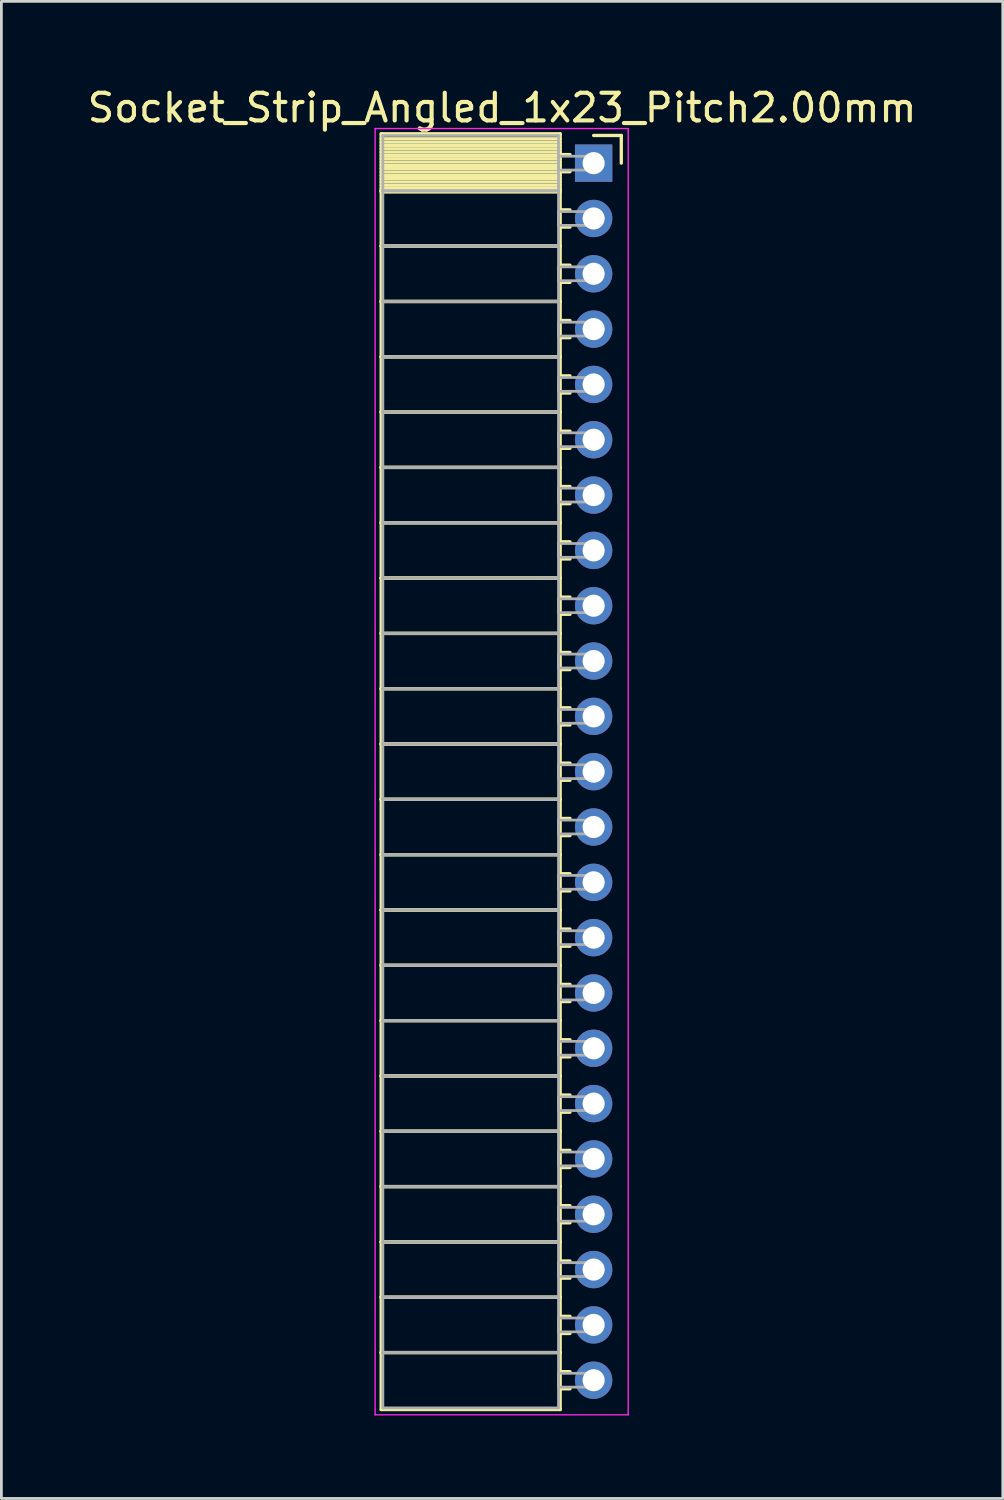
<source format=kicad_pcb>
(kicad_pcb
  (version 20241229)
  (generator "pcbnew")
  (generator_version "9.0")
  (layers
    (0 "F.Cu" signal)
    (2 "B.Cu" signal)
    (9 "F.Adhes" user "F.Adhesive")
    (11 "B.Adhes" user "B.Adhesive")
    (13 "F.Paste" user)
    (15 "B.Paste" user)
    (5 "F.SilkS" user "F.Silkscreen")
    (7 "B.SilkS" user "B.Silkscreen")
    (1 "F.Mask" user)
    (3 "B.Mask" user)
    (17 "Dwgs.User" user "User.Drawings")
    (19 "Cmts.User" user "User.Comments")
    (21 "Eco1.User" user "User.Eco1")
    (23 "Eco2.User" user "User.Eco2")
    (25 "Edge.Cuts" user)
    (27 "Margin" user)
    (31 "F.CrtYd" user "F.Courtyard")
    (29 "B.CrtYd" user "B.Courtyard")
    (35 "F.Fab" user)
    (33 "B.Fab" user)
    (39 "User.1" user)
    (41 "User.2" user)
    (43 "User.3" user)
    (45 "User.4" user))
  (footprint "Socket_Strip_Angled_1x23_Pitch2.00mm"
    (layer "F.Cu")
    (at 18.411 2.848)
    (property "Reference" "Socket_Strip_Angled_1x23_Pitch2.00mm" (at -3.31 -2 0) (layer "F.SilkS") (effects (font (size 1 1) (thickness 0.15))))
    (attr through_hole)
    (fp_line (start -7.68 -1.06) (end -1.21 -1.06) (stroke (width 0.12) (type solid)) (layer "F.SilkS"))
    (fp_line (start -7.68 1) (end -7.68 -1.06) (stroke (width 0.12) (type solid)) (layer "F.SilkS"))
    (fp_line (start -7.68 1) (end -1.21 1) (stroke (width 0.12) (type solid)) (layer "F.SilkS"))
    (fp_line (start -7.68 3) (end -7.68 1) (stroke (width 0.12) (type solid)) (layer "F.SilkS"))
    (fp_line (start -7.68 3) (end -1.21 3) (stroke (width 0.12) (type solid)) (layer "F.SilkS"))
    (fp_line (start -7.68 5) (end -7.68 3) (stroke (width 0.12) (type solid)) (layer "F.SilkS"))
    (fp_line (start -7.68 5) (end -1.21 5) (stroke (width 0.12) (type solid)) (layer "F.SilkS"))
    (fp_line (start -7.68 7) (end -7.68 5) (stroke (width 0.12) (type solid)) (layer "F.SilkS"))
    (fp_line (start -7.68 7) (end -1.21 7) (stroke (width 0.12) (type solid)) (layer "F.SilkS"))
    (fp_line (start -7.68 9) (end -7.68 7) (stroke (width 0.12) (type solid)) (layer "F.SilkS"))
    (fp_line (start -7.68 9) (end -1.21 9) (stroke (width 0.12) (type solid)) (layer "F.SilkS"))
    (fp_line (start -7.68 11) (end -7.68 9) (stroke (width 0.12) (type solid)) (layer "F.SilkS"))
    (fp_line (start -7.68 11) (end -1.21 11) (stroke (width 0.12) (type solid)) (layer "F.SilkS"))
    (fp_line (start -7.68 13) (end -7.68 11) (stroke (width 0.12) (type solid)) (layer "F.SilkS"))
    (fp_line (start -7.68 13) (end -1.21 13) (stroke (width 0.12) (type solid)) (layer "F.SilkS"))
    (fp_line (start -7.68 15) (end -7.68 13) (stroke (width 0.12) (type solid)) (layer "F.SilkS"))
    (fp_line (start -7.68 15) (end -1.21 15) (stroke (width 0.12) (type solid)) (layer "F.SilkS"))
    (fp_line (start -7.68 17) (end -7.68 15) (stroke (width 0.12) (type solid)) (layer "F.SilkS"))
    (fp_line (start -7.68 17) (end -1.21 17) (stroke (width 0.12) (type solid)) (layer "F.SilkS"))
    (fp_line (start -7.68 19) (end -7.68 17) (stroke (width 0.12) (type solid)) (layer "F.SilkS"))
    (fp_line (start -7.68 19) (end -1.21 19) (stroke (width 0.12) (type solid)) (layer "F.SilkS"))
    (fp_line (start -7.68 21) (end -7.68 19) (stroke (width 0.12) (type solid)) (layer "F.SilkS"))
    (fp_line (start -7.68 21) (end -1.21 21) (stroke (width 0.12) (type solid)) (layer "F.SilkS"))
    (fp_line (start -7.68 23) (end -7.68 21) (stroke (width 0.12) (type solid)) (layer "F.SilkS"))
    (fp_line (start -7.68 23) (end -1.21 23) (stroke (width 0.12) (type solid)) (layer "F.SilkS"))
    (fp_line (start -7.68 25) (end -7.68 23) (stroke (width 0.12) (type solid)) (layer "F.SilkS"))
    (fp_line (start -7.68 25) (end -1.21 25) (stroke (width 0.12) (type solid)) (layer "F.SilkS"))
    (fp_line (start -7.68 27) (end -7.68 25) (stroke (width 0.12) (type solid)) (layer "F.SilkS"))
    (fp_line (start -7.68 27) (end -1.21 27) (stroke (width 0.12) (type solid)) (layer "F.SilkS"))
    (fp_line (start -7.68 29) (end -7.68 27) (stroke (width 0.12) (type solid)) (layer "F.SilkS"))
    (fp_line (start -7.68 29) (end -1.21 29) (stroke (width 0.12) (type solid)) (layer "F.SilkS"))
    (fp_line (start -7.68 31) (end -7.68 29) (stroke (width 0.12) (type solid)) (layer "F.SilkS"))
    (fp_line (start -7.68 31) (end -1.21 31) (stroke (width 0.12) (type solid)) (layer "F.SilkS"))
    (fp_line (start -7.68 33) (end -7.68 31) (stroke (width 0.12) (type solid)) (layer "F.SilkS"))
    (fp_line (start -7.68 33) (end -1.21 33) (stroke (width 0.12) (type solid)) (layer "F.SilkS"))
    (fp_line (start -7.68 35) (end -7.68 33) (stroke (width 0.12) (type solid)) (layer "F.SilkS"))
    (fp_line (start -7.68 35) (end -1.21 35) (stroke (width 0.12) (type solid)) (layer "F.SilkS"))
    (fp_line (start -7.68 37) (end -7.68 35) (stroke (width 0.12) (type solid)) (layer "F.SilkS"))
    (fp_line (start -7.68 37) (end -1.21 37) (stroke (width 0.12) (type solid)) (layer "F.SilkS"))
    (fp_line (start -7.68 39) (end -7.68 37) (stroke (width 0.12) (type solid)) (layer "F.SilkS"))
    (fp_line (start -7.68 39) (end -1.21 39) (stroke (width 0.12) (type solid)) (layer "F.SilkS"))
    (fp_line (start -7.68 41) (end -7.68 39) (stroke (width 0.12) (type solid)) (layer "F.SilkS"))
    (fp_line (start -7.68 41) (end -1.21 41) (stroke (width 0.12) (type solid)) (layer "F.SilkS"))
    (fp_line (start -7.68 43) (end -7.68 41) (stroke (width 0.12) (type solid)) (layer "F.SilkS"))
    (fp_line (start -7.68 43) (end -1.21 43) (stroke (width 0.12) (type solid)) (layer "F.SilkS"))
    (fp_line (start -7.68 45.06) (end -7.68 43) (stroke (width 0.12) (type solid)) (layer "F.SilkS"))
    (fp_line (start -1.21 -1.06) (end -1.21 1) (stroke (width 0.12) (type solid)) (layer "F.SilkS"))
    (fp_line (start -1.21 -0.88) (end -7.68 -0.88) (stroke (width 0.12) (type solid)) (layer "F.SilkS"))
    (fp_line (start -1.21 -0.76) (end -7.68 -0.76) (stroke (width 0.12) (type solid)) (layer "F.SilkS"))
    (fp_line (start -1.21 -0.64) (end -7.68 -0.64) (stroke (width 0.12) (type solid)) (layer "F.SilkS"))
    (fp_line (start -1.21 -0.52) (end -7.68 -0.52) (stroke (width 0.12) (type solid)) (layer "F.SilkS"))
    (fp_line (start -1.21 -0.4) (end -7.68 -0.4) (stroke (width 0.12) (type solid)) (layer "F.SilkS"))
    (fp_line (start -1.21 -0.28) (end -7.68 -0.28) (stroke (width 0.12) (type solid)) (layer "F.SilkS"))
    (fp_line (start -1.21 -0.16) (end -7.68 -0.16) (stroke (width 0.12) (type solid)) (layer "F.SilkS"))
    (fp_line (start -1.21 -0.04) (end -7.68 -0.04) (stroke (width 0.12) (type solid)) (layer "F.SilkS"))
    (fp_line (start -1.21 0.08) (end -7.68 0.08) (stroke (width 0.12) (type solid)) (layer "F.SilkS"))
    (fp_line (start -1.21 0.2) (end -7.68 0.2) (stroke (width 0.12) (type solid)) (layer "F.SilkS"))
    (fp_line (start -1.21 0.32) (end -7.68 0.32) (stroke (width 0.12) (type solid)) (layer "F.SilkS"))
    (fp_line (start -1.21 0.44) (end -7.68 0.44) (stroke (width 0.12) (type solid)) (layer "F.SilkS"))
    (fp_line (start -1.21 0.56) (end -7.68 0.56) (stroke (width 0.12) (type solid)) (layer "F.SilkS"))
    (fp_line (start -1.21 0.68) (end -7.68 0.68) (stroke (width 0.12) (type solid)) (layer "F.SilkS"))
    (fp_line (start -1.21 0.8) (end -7.68 0.8) (stroke (width 0.12) (type solid)) (layer "F.SilkS"))
    (fp_line (start -1.21 0.92) (end -7.68 0.92) (stroke (width 0.12) (type solid)) (layer "F.SilkS"))
    (fp_line (start -1.21 1) (end -7.68 1) (stroke (width 0.12) (type solid)) (layer "F.SilkS"))
    (fp_line (start -1.21 1) (end -1.21 3) (stroke (width 0.12) (type solid)) (layer "F.SilkS"))
    (fp_line (start -1.21 1.04) (end -7.68 1.04) (stroke (width 0.12) (type solid)) (layer "F.SilkS"))
    (fp_line (start -1.21 3) (end -7.68 3) (stroke (width 0.12) (type solid)) (layer "F.SilkS"))
    (fp_line (start -1.21 3) (end -1.21 5) (stroke (width 0.12) (type solid)) (layer "F.SilkS"))
    (fp_line (start -1.21 5) (end -7.68 5) (stroke (width 0.12) (type solid)) (layer "F.SilkS"))
    (fp_line (start -1.21 5) (end -1.21 7) (stroke (width 0.12) (type solid)) (layer "F.SilkS"))
    (fp_line (start -1.21 7) (end -7.68 7) (stroke (width 0.12) (type solid)) (layer "F.SilkS"))
    (fp_line (start -1.21 7) (end -1.21 9) (stroke (width 0.12) (type solid)) (layer "F.SilkS"))
    (fp_line (start -1.21 9) (end -7.68 9) (stroke (width 0.12) (type solid)) (layer "F.SilkS"))
    (fp_line (start -1.21 9) (end -1.21 11) (stroke (width 0.12) (type solid)) (layer "F.SilkS"))
    (fp_line (start -1.21 11) (end -7.68 11) (stroke (width 0.12) (type solid)) (layer "F.SilkS"))
    (fp_line (start -1.21 11) (end -1.21 13) (stroke (width 0.12) (type solid)) (layer "F.SilkS"))
    (fp_line (start -1.21 13) (end -7.68 13) (stroke (width 0.12) (type solid)) (layer "F.SilkS"))
    (fp_line (start -1.21 13) (end -1.21 15) (stroke (width 0.12) (type solid)) (layer "F.SilkS"))
    (fp_line (start -1.21 15) (end -7.68 15) (stroke (width 0.12) (type solid)) (layer "F.SilkS"))
    (fp_line (start -1.21 15) (end -1.21 17) (stroke (width 0.12) (type solid)) (layer "F.SilkS"))
    (fp_line (start -1.21 17) (end -7.68 17) (stroke (width 0.12) (type solid)) (layer "F.SilkS"))
    (fp_line (start -1.21 17) (end -1.21 19) (stroke (width 0.12) (type solid)) (layer "F.SilkS"))
    (fp_line (start -1.21 19) (end -7.68 19) (stroke (width 0.12) (type solid)) (layer "F.SilkS"))
    (fp_line (start -1.21 19) (end -1.21 21) (stroke (width 0.12) (type solid)) (layer "F.SilkS"))
    (fp_line (start -1.21 21) (end -7.68 21) (stroke (width 0.12) (type solid)) (layer "F.SilkS"))
    (fp_line (start -1.21 21) (end -1.21 23) (stroke (width 0.12) (type solid)) (layer "F.SilkS"))
    (fp_line (start -1.21 23) (end -7.68 23) (stroke (width 0.12) (type solid)) (layer "F.SilkS"))
    (fp_line (start -1.21 23) (end -1.21 25) (stroke (width 0.12) (type solid)) (layer "F.SilkS"))
    (fp_line (start -1.21 25) (end -7.68 25) (stroke (width 0.12) (type solid)) (layer "F.SilkS"))
    (fp_line (start -1.21 25) (end -1.21 27) (stroke (width 0.12) (type solid)) (layer "F.SilkS"))
    (fp_line (start -1.21 27) (end -7.68 27) (stroke (width 0.12) (type solid)) (layer "F.SilkS"))
    (fp_line (start -1.21 27) (end -1.21 29) (stroke (width 0.12) (type solid)) (layer "F.SilkS"))
    (fp_line (start -1.21 29) (end -7.68 29) (stroke (width 0.12) (type solid)) (layer "F.SilkS"))
    (fp_line (start -1.21 29) (end -1.21 31) (stroke (width 0.12) (type solid)) (layer "F.SilkS"))
    (fp_line (start -1.21 31) (end -7.68 31) (stroke (width 0.12) (type solid)) (layer "F.SilkS"))
    (fp_line (start -1.21 31) (end -1.21 33) (stroke (width 0.12) (type solid)) (layer "F.SilkS"))
    (fp_line (start -1.21 33) (end -7.68 33) (stroke (width 0.12) (type solid)) (layer "F.SilkS"))
    (fp_line (start -1.21 33) (end -1.21 35) (stroke (width 0.12) (type solid)) (layer "F.SilkS"))
    (fp_line (start -1.21 35) (end -7.68 35) (stroke (width 0.12) (type solid)) (layer "F.SilkS"))
    (fp_line (start -1.21 35) (end -1.21 37) (stroke (width 0.12) (type solid)) (layer "F.SilkS"))
    (fp_line (start -1.21 37) (end -7.68 37) (stroke (width 0.12) (type solid)) (layer "F.SilkS"))
    (fp_line (start -1.21 37) (end -1.21 39) (stroke (width 0.12) (type solid)) (layer "F.SilkS"))
    (fp_line (start -1.21 39) (end -7.68 39) (stroke (width 0.12) (type solid)) (layer "F.SilkS"))
    (fp_line (start -1.21 39) (end -1.21 41) (stroke (width 0.12) (type solid)) (layer "F.SilkS"))
    (fp_line (start -1.21 41) (end -7.68 41) (stroke (width 0.12) (type solid)) (layer "F.SilkS"))
    (fp_line (start -1.21 41) (end -1.21 43) (stroke (width 0.12) (type solid)) (layer "F.SilkS"))
    (fp_line (start -1.21 43) (end -7.68 43) (stroke (width 0.12) (type solid)) (layer "F.SilkS"))
    (fp_line (start -1.21 43) (end -1.21 45.06) (stroke (width 0.12) (type solid)) (layer "F.SilkS"))
    (fp_line (start -1.21 45.06) (end -7.68 45.06) (stroke (width 0.12) (type solid)) (layer "F.SilkS"))
    (fp_line (start -0.855 -0.31) (end -1.21 -0.31) (stroke (width 0.12) (type solid)) (layer "F.SilkS"))
    (fp_line (start -0.855 0.31) (end -1.21 0.31) (stroke (width 0.12) (type solid)) (layer "F.SilkS"))
    (fp_line (start -0.855 1.69) (end -1.21 1.69) (stroke (width 0.12) (type solid)) (layer "F.SilkS"))
    (fp_line (start -0.855 2.31) (end -1.21 2.31) (stroke (width 0.12) (type solid)) (layer "F.SilkS"))
    (fp_line (start -0.855 3.69) (end -1.21 3.69) (stroke (width 0.12) (type solid)) (layer "F.SilkS"))
    (fp_line (start -0.855 4.31) (end -1.21 4.31) (stroke (width 0.12) (type solid)) (layer "F.SilkS"))
    (fp_line (start -0.855 5.69) (end -1.21 5.69) (stroke (width 0.12) (type solid)) (layer "F.SilkS"))
    (fp_line (start -0.855 6.31) (end -1.21 6.31) (stroke (width 0.12) (type solid)) (layer "F.SilkS"))
    (fp_line (start -0.855 7.69) (end -1.21 7.69) (stroke (width 0.12) (type solid)) (layer "F.SilkS"))
    (fp_line (start -0.855 8.31) (end -1.21 8.31) (stroke (width 0.12) (type solid)) (layer "F.SilkS"))
    (fp_line (start -0.855 9.69) (end -1.21 9.69) (stroke (width 0.12) (type solid)) (layer "F.SilkS"))
    (fp_line (start -0.855 10.31) (end -1.21 10.31) (stroke (width 0.12) (type solid)) (layer "F.SilkS"))
    (fp_line (start -0.855 11.69) (end -1.21 11.69) (stroke (width 0.12) (type solid)) (layer "F.SilkS"))
    (fp_line (start -0.855 12.31) (end -1.21 12.31) (stroke (width 0.12) (type solid)) (layer "F.SilkS"))
    (fp_line (start -0.855 13.69) (end -1.21 13.69) (stroke (width 0.12) (type solid)) (layer "F.SilkS"))
    (fp_line (start -0.855 14.31) (end -1.21 14.31) (stroke (width 0.12) (type solid)) (layer "F.SilkS"))
    (fp_line (start -0.855 15.69) (end -1.21 15.69) (stroke (width 0.12) (type solid)) (layer "F.SilkS"))
    (fp_line (start -0.855 16.31) (end -1.21 16.31) (stroke (width 0.12) (type solid)) (layer "F.SilkS"))
    (fp_line (start -0.855 17.69) (end -1.21 17.69) (stroke (width 0.12) (type solid)) (layer "F.SilkS"))
    (fp_line (start -0.855 18.31) (end -1.21 18.31) (stroke (width 0.12) (type solid)) (layer "F.SilkS"))
    (fp_line (start -0.855 19.69) (end -1.21 19.69) (stroke (width 0.12) (type solid)) (layer "F.SilkS"))
    (fp_line (start -0.855 20.31) (end -1.21 20.31) (stroke (width 0.12) (type solid)) (layer "F.SilkS"))
    (fp_line (start -0.855 21.69) (end -1.21 21.69) (stroke (width 0.12) (type solid)) (layer "F.SilkS"))
    (fp_line (start -0.855 22.31) (end -1.21 22.31) (stroke (width 0.12) (type solid)) (layer "F.SilkS"))
    (fp_line (start -0.855 23.69) (end -1.21 23.69) (stroke (width 0.12) (type solid)) (layer "F.SilkS"))
    (fp_line (start -0.855 24.31) (end -1.21 24.31) (stroke (width 0.12) (type solid)) (layer "F.SilkS"))
    (fp_line (start -0.855 25.69) (end -1.21 25.69) (stroke (width 0.12) (type solid)) (layer "F.SilkS"))
    (fp_line (start -0.855 26.31) (end -1.21 26.31) (stroke (width 0.12) (type solid)) (layer "F.SilkS"))
    (fp_line (start -0.855 27.69) (end -1.21 27.69) (stroke (width 0.12) (type solid)) (layer "F.SilkS"))
    (fp_line (start -0.855 28.31) (end -1.21 28.31) (stroke (width 0.12) (type solid)) (layer "F.SilkS"))
    (fp_line (start -0.855 29.69) (end -1.21 29.69) (stroke (width 0.12) (type solid)) (layer "F.SilkS"))
    (fp_line (start -0.855 30.31) (end -1.21 30.31) (stroke (width 0.12) (type solid)) (layer "F.SilkS"))
    (fp_line (start -0.855 31.69) (end -1.21 31.69) (stroke (width 0.12) (type solid)) (layer "F.SilkS"))
    (fp_line (start -0.855 32.31) (end -1.21 32.31) (stroke (width 0.12) (type solid)) (layer "F.SilkS"))
    (fp_line (start -0.855 33.69) (end -1.21 33.69) (stroke (width 0.12) (type solid)) (layer "F.SilkS"))
    (fp_line (start -0.855 34.31) (end -1.21 34.31) (stroke (width 0.12) (type solid)) (layer "F.SilkS"))
    (fp_line (start -0.855 35.69) (end -1.21 35.69) (stroke (width 0.12) (type solid)) (layer "F.SilkS"))
    (fp_line (start -0.855 36.31) (end -1.21 36.31) (stroke (width 0.12) (type solid)) (layer "F.SilkS"))
    (fp_line (start -0.855 37.69) (end -1.21 37.69) (stroke (width 0.12) (type solid)) (layer "F.SilkS"))
    (fp_line (start -0.855 38.31) (end -1.21 38.31) (stroke (width 0.12) (type solid)) (layer "F.SilkS"))
    (fp_line (start -0.855 39.69) (end -1.21 39.69) (stroke (width 0.12) (type solid)) (layer "F.SilkS"))
    (fp_line (start -0.855 40.31) (end -1.21 40.31) (stroke (width 0.12) (type solid)) (layer "F.SilkS"))
    (fp_line (start -0.855 41.69) (end -1.21 41.69) (stroke (width 0.12) (type solid)) (layer "F.SilkS"))
    (fp_line (start -0.855 42.31) (end -1.21 42.31) (stroke (width 0.12) (type solid)) (layer "F.SilkS"))
    (fp_line (start -0.855 43.69) (end -1.21 43.69) (stroke (width 0.12) (type solid)) (layer "F.SilkS"))
    (fp_line (start -0.855 44.31) (end -1.21 44.31) (stroke (width 0.12) (type solid)) (layer "F.SilkS"))
    (fp_line (start 0 -1) (end 1 -1) (stroke (width 0.12) (type solid)) (layer "F.SilkS"))
    (fp_line (start 1 -1) (end 1 0) (stroke (width 0.12) (type solid)) (layer "F.SilkS"))
    (fp_line (start -7.9 -1.25) (end 1.25 -1.25) (stroke (width 0.05) (type solid)) (layer "F.CrtYd"))
    (fp_line (start -7.9 45.25) (end -7.9 -1.25) (stroke (width 0.05) (type solid)) (layer "F.CrtYd"))
    (fp_line (start 1.25 -1.25) (end 1.25 45.25) (stroke (width 0.05) (type solid)) (layer "F.CrtYd"))
    (fp_line (start 1.25 45.25) (end -7.9 45.25) (stroke (width 0.05) (type solid)) (layer "F.CrtYd"))
    (fp_line (start -7.62 -1) (end -1.27 -1) (stroke (width 0.1) (type solid)) (layer "F.Fab"))
    (fp_line (start -7.62 1) (end -7.62 -1) (stroke (width 0.1) (type solid)) (layer "F.Fab"))
    (fp_line (start -7.62 1) (end -1.27 1) (stroke (width 0.1) (type solid)) (layer "F.Fab"))
    (fp_line (start -7.62 3) (end -7.62 1) (stroke (width 0.1) (type solid)) (layer "F.Fab"))
    (fp_line (start -7.62 3) (end -1.27 3) (stroke (width 0.1) (type solid)) (layer "F.Fab"))
    (fp_line (start -7.62 5) (end -7.62 3) (stroke (width 0.1) (type solid)) (layer "F.Fab"))
    (fp_line (start -7.62 5) (end -1.27 5) (stroke (width 0.1) (type solid)) (layer "F.Fab"))
    (fp_line (start -7.62 7) (end -7.62 5) (stroke (width 0.1) (type solid)) (layer "F.Fab"))
    (fp_line (start -7.62 7) (end -1.27 7) (stroke (width 0.1) (type solid)) (layer "F.Fab"))
    (fp_line (start -7.62 9) (end -7.62 7) (stroke (width 0.1) (type solid)) (layer "F.Fab"))
    (fp_line (start -7.62 9) (end -1.27 9) (stroke (width 0.1) (type solid)) (layer "F.Fab"))
    (fp_line (start -7.62 11) (end -7.62 9) (stroke (width 0.1) (type solid)) (layer "F.Fab"))
    (fp_line (start -7.62 11) (end -1.27 11) (stroke (width 0.1) (type solid)) (layer "F.Fab"))
    (fp_line (start -7.62 13) (end -7.62 11) (stroke (width 0.1) (type solid)) (layer "F.Fab"))
    (fp_line (start -7.62 13) (end -1.27 13) (stroke (width 0.1) (type solid)) (layer "F.Fab"))
    (fp_line (start -7.62 15) (end -7.62 13) (stroke (width 0.1) (type solid)) (layer "F.Fab"))
    (fp_line (start -7.62 15) (end -1.27 15) (stroke (width 0.1) (type solid)) (layer "F.Fab"))
    (fp_line (start -7.62 17) (end -7.62 15) (stroke (width 0.1) (type solid)) (layer "F.Fab"))
    (fp_line (start -7.62 17) (end -1.27 17) (stroke (width 0.1) (type solid)) (layer "F.Fab"))
    (fp_line (start -7.62 19) (end -7.62 17) (stroke (width 0.1) (type solid)) (layer "F.Fab"))
    (fp_line (start -7.62 19) (end -1.27 19) (stroke (width 0.1) (type solid)) (layer "F.Fab"))
    (fp_line (start -7.62 21) (end -7.62 19) (stroke (width 0.1) (type solid)) (layer "F.Fab"))
    (fp_line (start -7.62 21) (end -1.27 21) (stroke (width 0.1) (type solid)) (layer "F.Fab"))
    (fp_line (start -7.62 23) (end -7.62 21) (stroke (width 0.1) (type solid)) (layer "F.Fab"))
    (fp_line (start -7.62 23) (end -1.27 23) (stroke (width 0.1) (type solid)) (layer "F.Fab"))
    (fp_line (start -7.62 25) (end -7.62 23) (stroke (width 0.1) (type solid)) (layer "F.Fab"))
    (fp_line (start -7.62 25) (end -1.27 25) (stroke (width 0.1) (type solid)) (layer "F.Fab"))
    (fp_line (start -7.62 27) (end -7.62 25) (stroke (width 0.1) (type solid)) (layer "F.Fab"))
    (fp_line (start -7.62 27) (end -1.27 27) (stroke (width 0.1) (type solid)) (layer "F.Fab"))
    (fp_line (start -7.62 29) (end -7.62 27) (stroke (width 0.1) (type solid)) (layer "F.Fab"))
    (fp_line (start -7.62 29) (end -1.27 29) (stroke (width 0.1) (type solid)) (layer "F.Fab"))
    (fp_line (start -7.62 31) (end -7.62 29) (stroke (width 0.1) (type solid)) (layer "F.Fab"))
    (fp_line (start -7.62 31) (end -1.27 31) (stroke (width 0.1) (type solid)) (layer "F.Fab"))
    (fp_line (start -7.62 33) (end -7.62 31) (stroke (width 0.1) (type solid)) (layer "F.Fab"))
    (fp_line (start -7.62 33) (end -1.27 33) (stroke (width 0.1) (type solid)) (layer "F.Fab"))
    (fp_line (start -7.62 35) (end -7.62 33) (stroke (width 0.1) (type solid)) (layer "F.Fab"))
    (fp_line (start -7.62 35) (end -1.27 35) (stroke (width 0.1) (type solid)) (layer "F.Fab"))
    (fp_line (start -7.62 37) (end -7.62 35) (stroke (width 0.1) (type solid)) (layer "F.Fab"))
    (fp_line (start -7.62 37) (end -1.27 37) (stroke (width 0.1) (type solid)) (layer "F.Fab"))
    (fp_line (start -7.62 39) (end -7.62 37) (stroke (width 0.1) (type solid)) (layer "F.Fab"))
    (fp_line (start -7.62 39) (end -1.27 39) (stroke (width 0.1) (type solid)) (layer "F.Fab"))
    (fp_line (start -7.62 41) (end -7.62 39) (stroke (width 0.1) (type solid)) (layer "F.Fab"))
    (fp_line (start -7.62 41) (end -1.27 41) (stroke (width 0.1) (type solid)) (layer "F.Fab"))
    (fp_line (start -7.62 43) (end -7.62 41) (stroke (width 0.1) (type solid)) (layer "F.Fab"))
    (fp_line (start -7.62 43) (end -1.27 43) (stroke (width 0.1) (type solid)) (layer "F.Fab"))
    (fp_line (start -7.62 45) (end -7.62 43) (stroke (width 0.1) (type solid)) (layer "F.Fab"))
    (fp_line (start -1.27 -1) (end -1.27 1) (stroke (width 0.1) (type solid)) (layer "F.Fab"))
    (fp_line (start -1.27 -0.25) (end 0 -0.25) (stroke (width 0.1) (type solid)) (layer "F.Fab"))
    (fp_line (start -1.27 0.25) (end -1.27 -0.25) (stroke (width 0.1) (type solid)) (layer "F.Fab"))
    (fp_line (start -1.27 1) (end -7.62 1) (stroke (width 0.1) (type solid)) (layer "F.Fab"))
    (fp_line (start -1.27 1) (end -1.27 3) (stroke (width 0.1) (type solid)) (layer "F.Fab"))
    (fp_line (start -1.27 1.75) (end 0 1.75) (stroke (width 0.1) (type solid)) (layer "F.Fab"))
    (fp_line (start -1.27 2.25) (end -1.27 1.75) (stroke (width 0.1) (type solid)) (layer "F.Fab"))
    (fp_line (start -1.27 3) (end -7.62 3) (stroke (width 0.1) (type solid)) (layer "F.Fab"))
    (fp_line (start -1.27 3) (end -1.27 5) (stroke (width 0.1) (type solid)) (layer "F.Fab"))
    (fp_line (start -1.27 3.75) (end 0 3.75) (stroke (width 0.1) (type solid)) (layer "F.Fab"))
    (fp_line (start -1.27 4.25) (end -1.27 3.75) (stroke (width 0.1) (type solid)) (layer "F.Fab"))
    (fp_line (start -1.27 5) (end -7.62 5) (stroke (width 0.1) (type solid)) (layer "F.Fab"))
    (fp_line (start -1.27 5) (end -1.27 7) (stroke (width 0.1) (type solid)) (layer "F.Fab"))
    (fp_line (start -1.27 5.75) (end 0 5.75) (stroke (width 0.1) (type solid)) (layer "F.Fab"))
    (fp_line (start -1.27 6.25) (end -1.27 5.75) (stroke (width 0.1) (type solid)) (layer "F.Fab"))
    (fp_line (start -1.27 7) (end -7.62 7) (stroke (width 0.1) (type solid)) (layer "F.Fab"))
    (fp_line (start -1.27 7) (end -1.27 9) (stroke (width 0.1) (type solid)) (layer "F.Fab"))
    (fp_line (start -1.27 7.75) (end 0 7.75) (stroke (width 0.1) (type solid)) (layer "F.Fab"))
    (fp_line (start -1.27 8.25) (end -1.27 7.75) (stroke (width 0.1) (type solid)) (layer "F.Fab"))
    (fp_line (start -1.27 9) (end -7.62 9) (stroke (width 0.1) (type solid)) (layer "F.Fab"))
    (fp_line (start -1.27 9) (end -1.27 11) (stroke (width 0.1) (type solid)) (layer "F.Fab"))
    (fp_line (start -1.27 9.75) (end 0 9.75) (stroke (width 0.1) (type solid)) (layer "F.Fab"))
    (fp_line (start -1.27 10.25) (end -1.27 9.75) (stroke (width 0.1) (type solid)) (layer "F.Fab"))
    (fp_line (start -1.27 11) (end -7.62 11) (stroke (width 0.1) (type solid)) (layer "F.Fab"))
    (fp_line (start -1.27 11) (end -1.27 13) (stroke (width 0.1) (type solid)) (layer "F.Fab"))
    (fp_line (start -1.27 11.75) (end 0 11.75) (stroke (width 0.1) (type solid)) (layer "F.Fab"))
    (fp_line (start -1.27 12.25) (end -1.27 11.75) (stroke (width 0.1) (type solid)) (layer "F.Fab"))
    (fp_line (start -1.27 13) (end -7.62 13) (stroke (width 0.1) (type solid)) (layer "F.Fab"))
    (fp_line (start -1.27 13) (end -1.27 15) (stroke (width 0.1) (type solid)) (layer "F.Fab"))
    (fp_line (start -1.27 13.75) (end 0 13.75) (stroke (width 0.1) (type solid)) (layer "F.Fab"))
    (fp_line (start -1.27 14.25) (end -1.27 13.75) (stroke (width 0.1) (type solid)) (layer "F.Fab"))
    (fp_line (start -1.27 15) (end -7.62 15) (stroke (width 0.1) (type solid)) (layer "F.Fab"))
    (fp_line (start -1.27 15) (end -1.27 17) (stroke (width 0.1) (type solid)) (layer "F.Fab"))
    (fp_line (start -1.27 15.75) (end 0 15.75) (stroke (width 0.1) (type solid)) (layer "F.Fab"))
    (fp_line (start -1.27 16.25) (end -1.27 15.75) (stroke (width 0.1) (type solid)) (layer "F.Fab"))
    (fp_line (start -1.27 17) (end -7.62 17) (stroke (width 0.1) (type solid)) (layer "F.Fab"))
    (fp_line (start -1.27 17) (end -1.27 19) (stroke (width 0.1) (type solid)) (layer "F.Fab"))
    (fp_line (start -1.27 17.75) (end 0 17.75) (stroke (width 0.1) (type solid)) (layer "F.Fab"))
    (fp_line (start -1.27 18.25) (end -1.27 17.75) (stroke (width 0.1) (type solid)) (layer "F.Fab"))
    (fp_line (start -1.27 19) (end -7.62 19) (stroke (width 0.1) (type solid)) (layer "F.Fab"))
    (fp_line (start -1.27 19) (end -1.27 21) (stroke (width 0.1) (type solid)) (layer "F.Fab"))
    (fp_line (start -1.27 19.75) (end 0 19.75) (stroke (width 0.1) (type solid)) (layer "F.Fab"))
    (fp_line (start -1.27 20.25) (end -1.27 19.75) (stroke (width 0.1) (type solid)) (layer "F.Fab"))
    (fp_line (start -1.27 21) (end -7.62 21) (stroke (width 0.1) (type solid)) (layer "F.Fab"))
    (fp_line (start -1.27 21) (end -1.27 23) (stroke (width 0.1) (type solid)) (layer "F.Fab"))
    (fp_line (start -1.27 21.75) (end 0 21.75) (stroke (width 0.1) (type solid)) (layer "F.Fab"))
    (fp_line (start -1.27 22.25) (end -1.27 21.75) (stroke (width 0.1) (type solid)) (layer "F.Fab"))
    (fp_line (start -1.27 23) (end -7.62 23) (stroke (width 0.1) (type solid)) (layer "F.Fab"))
    (fp_line (start -1.27 23) (end -1.27 25) (stroke (width 0.1) (type solid)) (layer "F.Fab"))
    (fp_line (start -1.27 23.75) (end 0 23.75) (stroke (width 0.1) (type solid)) (layer "F.Fab"))
    (fp_line (start -1.27 24.25) (end -1.27 23.75) (stroke (width 0.1) (type solid)) (layer "F.Fab"))
    (fp_line (start -1.27 25) (end -7.62 25) (stroke (width 0.1) (type solid)) (layer "F.Fab"))
    (fp_line (start -1.27 25) (end -1.27 27) (stroke (width 0.1) (type solid)) (layer "F.Fab"))
    (fp_line (start -1.27 25.75) (end 0 25.75) (stroke (width 0.1) (type solid)) (layer "F.Fab"))
    (fp_line (start -1.27 26.25) (end -1.27 25.75) (stroke (width 0.1) (type solid)) (layer "F.Fab"))
    (fp_line (start -1.27 27) (end -7.62 27) (stroke (width 0.1) (type solid)) (layer "F.Fab"))
    (fp_line (start -1.27 27) (end -1.27 29) (stroke (width 0.1) (type solid)) (layer "F.Fab"))
    (fp_line (start -1.27 27.75) (end 0 27.75) (stroke (width 0.1) (type solid)) (layer "F.Fab"))
    (fp_line (start -1.27 28.25) (end -1.27 27.75) (stroke (width 0.1) (type solid)) (layer "F.Fab"))
    (fp_line (start -1.27 29) (end -7.62 29) (stroke (width 0.1) (type solid)) (layer "F.Fab"))
    (fp_line (start -1.27 29) (end -1.27 31) (stroke (width 0.1) (type solid)) (layer "F.Fab"))
    (fp_line (start -1.27 29.75) (end 0 29.75) (stroke (width 0.1) (type solid)) (layer "F.Fab"))
    (fp_line (start -1.27 30.25) (end -1.27 29.75) (stroke (width 0.1) (type solid)) (layer "F.Fab"))
    (fp_line (start -1.27 31) (end -7.62 31) (stroke (width 0.1) (type solid)) (layer "F.Fab"))
    (fp_line (start -1.27 31) (end -1.27 33) (stroke (width 0.1) (type solid)) (layer "F.Fab"))
    (fp_line (start -1.27 31.75) (end 0 31.75) (stroke (width 0.1) (type solid)) (layer "F.Fab"))
    (fp_line (start -1.27 32.25) (end -1.27 31.75) (stroke (width 0.1) (type solid)) (layer "F.Fab"))
    (fp_line (start -1.27 33) (end -7.62 33) (stroke (width 0.1) (type solid)) (layer "F.Fab"))
    (fp_line (start -1.27 33) (end -1.27 35) (stroke (width 0.1) (type solid)) (layer "F.Fab"))
    (fp_line (start -1.27 33.75) (end 0 33.75) (stroke (width 0.1) (type solid)) (layer "F.Fab"))
    (fp_line (start -1.27 34.25) (end -1.27 33.75) (stroke (width 0.1) (type solid)) (layer "F.Fab"))
    (fp_line (start -1.27 35) (end -7.62 35) (stroke (width 0.1) (type solid)) (layer "F.Fab"))
    (fp_line (start -1.27 35) (end -1.27 37) (stroke (width 0.1) (type solid)) (layer "F.Fab"))
    (fp_line (start -1.27 35.75) (end 0 35.75) (stroke (width 0.1) (type solid)) (layer "F.Fab"))
    (fp_line (start -1.27 36.25) (end -1.27 35.75) (stroke (width 0.1) (type solid)) (layer "F.Fab"))
    (fp_line (start -1.27 37) (end -7.62 37) (stroke (width 0.1) (type solid)) (layer "F.Fab"))
    (fp_line (start -1.27 37) (end -1.27 39) (stroke (width 0.1) (type solid)) (layer "F.Fab"))
    (fp_line (start -1.27 37.75) (end 0 37.75) (stroke (width 0.1) (type solid)) (layer "F.Fab"))
    (fp_line (start -1.27 38.25) (end -1.27 37.75) (stroke (width 0.1) (type solid)) (layer "F.Fab"))
    (fp_line (start -1.27 39) (end -7.62 39) (stroke (width 0.1) (type solid)) (layer "F.Fab"))
    (fp_line (start -1.27 39) (end -1.27 41) (stroke (width 0.1) (type solid)) (layer "F.Fab"))
    (fp_line (start -1.27 39.75) (end 0 39.75) (stroke (width 0.1) (type solid)) (layer "F.Fab"))
    (fp_line (start -1.27 40.25) (end -1.27 39.75) (stroke (width 0.1) (type solid)) (layer "F.Fab"))
    (fp_line (start -1.27 41) (end -7.62 41) (stroke (width 0.1) (type solid)) (layer "F.Fab"))
    (fp_line (start -1.27 41) (end -1.27 43) (stroke (width 0.1) (type solid)) (layer "F.Fab"))
    (fp_line (start -1.27 41.75) (end 0 41.75) (stroke (width 0.1) (type solid)) (layer "F.Fab"))
    (fp_line (start -1.27 42.25) (end -1.27 41.75) (stroke (width 0.1) (type solid)) (layer "F.Fab"))
    (fp_line (start -1.27 43) (end -7.62 43) (stroke (width 0.1) (type solid)) (layer "F.Fab"))
    (fp_line (start -1.27 43) (end -1.27 45) (stroke (width 0.1) (type solid)) (layer "F.Fab"))
    (fp_line (start -1.27 43.75) (end 0 43.75) (stroke (width 0.1) (type solid)) (layer "F.Fab"))
    (fp_line (start -1.27 44.25) (end -1.27 43.75) (stroke (width 0.1) (type solid)) (layer "F.Fab"))
    (fp_line (start -1.27 45) (end -7.62 45) (stroke (width 0.1) (type solid)) (layer "F.Fab"))
    (fp_line (start 0 -0.25) (end 0 0.25) (stroke (width 0.1) (type solid)) (layer "F.Fab"))
    (fp_line (start 0 0.25) (end -1.27 0.25) (stroke (width 0.1) (type solid)) (layer "F.Fab"))
    (fp_line (start 0 1.75) (end 0 2.25) (stroke (width 0.1) (type solid)) (layer "F.Fab"))
    (fp_line (start 0 2.25) (end -1.27 2.25) (stroke (width 0.1) (type solid)) (layer "F.Fab"))
    (fp_line (start 0 3.75) (end 0 4.25) (stroke (width 0.1) (type solid)) (layer "F.Fab"))
    (fp_line (start 0 4.25) (end -1.27 4.25) (stroke (width 0.1) (type solid)) (layer "F.Fab"))
    (fp_line (start 0 5.75) (end 0 6.25) (stroke (width 0.1) (type solid)) (layer "F.Fab"))
    (fp_line (start 0 6.25) (end -1.27 6.25) (stroke (width 0.1) (type solid)) (layer "F.Fab"))
    (fp_line (start 0 7.75) (end 0 8.25) (stroke (width 0.1) (type solid)) (layer "F.Fab"))
    (fp_line (start 0 8.25) (end -1.27 8.25) (stroke (width 0.1) (type solid)) (layer "F.Fab"))
    (fp_line (start 0 9.75) (end 0 10.25) (stroke (width 0.1) (type solid)) (layer "F.Fab"))
    (fp_line (start 0 10.25) (end -1.27 10.25) (stroke (width 0.1) (type solid)) (layer "F.Fab"))
    (fp_line (start 0 11.75) (end 0 12.25) (stroke (width 0.1) (type solid)) (layer "F.Fab"))
    (fp_line (start 0 12.25) (end -1.27 12.25) (stroke (width 0.1) (type solid)) (layer "F.Fab"))
    (fp_line (start 0 13.75) (end 0 14.25) (stroke (width 0.1) (type solid)) (layer "F.Fab"))
    (fp_line (start 0 14.25) (end -1.27 14.25) (stroke (width 0.1) (type solid)) (layer "F.Fab"))
    (fp_line (start 0 15.75) (end 0 16.25) (stroke (width 0.1) (type solid)) (layer "F.Fab"))
    (fp_line (start 0 16.25) (end -1.27 16.25) (stroke (width 0.1) (type solid)) (layer "F.Fab"))
    (fp_line (start 0 17.75) (end 0 18.25) (stroke (width 0.1) (type solid)) (layer "F.Fab"))
    (fp_line (start 0 18.25) (end -1.27 18.25) (stroke (width 0.1) (type solid)) (layer "F.Fab"))
    (fp_line (start 0 19.75) (end 0 20.25) (stroke (width 0.1) (type solid)) (layer "F.Fab"))
    (fp_line (start 0 20.25) (end -1.27 20.25) (stroke (width 0.1) (type solid)) (layer "F.Fab"))
    (fp_line (start 0 21.75) (end 0 22.25) (stroke (width 0.1) (type solid)) (layer "F.Fab"))
    (fp_line (start 0 22.25) (end -1.27 22.25) (stroke (width 0.1) (type solid)) (layer "F.Fab"))
    (fp_line (start 0 23.75) (end 0 24.25) (stroke (width 0.1) (type solid)) (layer "F.Fab"))
    (fp_line (start 0 24.25) (end -1.27 24.25) (stroke (width 0.1) (type solid)) (layer "F.Fab"))
    (fp_line (start 0 25.75) (end 0 26.25) (stroke (width 0.1) (type solid)) (layer "F.Fab"))
    (fp_line (start 0 26.25) (end -1.27 26.25) (stroke (width 0.1) (type solid)) (layer "F.Fab"))
    (fp_line (start 0 27.75) (end 0 28.25) (stroke (width 0.1) (type solid)) (layer "F.Fab"))
    (fp_line (start 0 28.25) (end -1.27 28.25) (stroke (width 0.1) (type solid)) (layer "F.Fab"))
    (fp_line (start 0 29.75) (end 0 30.25) (stroke (width 0.1) (type solid)) (layer "F.Fab"))
    (fp_line (start 0 30.25) (end -1.27 30.25) (stroke (width 0.1) (type solid)) (layer "F.Fab"))
    (fp_line (start 0 31.75) (end 0 32.25) (stroke (width 0.1) (type solid)) (layer "F.Fab"))
    (fp_line (start 0 32.25) (end -1.27 32.25) (stroke (width 0.1) (type solid)) (layer "F.Fab"))
    (fp_line (start 0 33.75) (end 0 34.25) (stroke (width 0.1) (type solid)) (layer "F.Fab"))
    (fp_line (start 0 34.25) (end -1.27 34.25) (stroke (width 0.1) (type solid)) (layer "F.Fab"))
    (fp_line (start 0 35.75) (end 0 36.25) (stroke (width 0.1) (type solid)) (layer "F.Fab"))
    (fp_line (start 0 36.25) (end -1.27 36.25) (stroke (width 0.1) (type solid)) (layer "F.Fab"))
    (fp_line (start 0 37.75) (end 0 38.25) (stroke (width 0.1) (type solid)) (layer "F.Fab"))
    (fp_line (start 0 38.25) (end -1.27 38.25) (stroke (width 0.1) (type solid)) (layer "F.Fab"))
    (fp_line (start 0 39.75) (end 0 40.25) (stroke (width 0.1) (type solid)) (layer "F.Fab"))
    (fp_line (start 0 40.25) (end -1.27 40.25) (stroke (width 0.1) (type solid)) (layer "F.Fab"))
    (fp_line (start 0 41.75) (end 0 42.25) (stroke (width 0.1) (type solid)) (layer "F.Fab"))
    (fp_line (start 0 42.25) (end -1.27 42.25) (stroke (width 0.1) (type solid)) (layer "F.Fab"))
    (fp_line (start 0 43.75) (end 0 44.25) (stroke (width 0.1) (type solid)) (layer "F.Fab"))
    (fp_line (start 0 44.25) (end -1.27 44.25) (stroke (width 0.1) (type solid)) (layer "F.Fab"))
    (pad "1" thru_hole rect (at 0 0) (size 1.35 1.35) (drill 0.8) (layers "*.Cu" "*.Mask"))
    (pad "2" thru_hole oval (at 0 2) (size 1.35 1.35) (drill 0.8) (layers "*.Cu" "*.Mask"))
    (pad "3" thru_hole oval (at 0 4) (size 1.35 1.35) (drill 0.8) (layers "*.Cu" "*.Mask"))
    (pad "4" thru_hole oval (at 0 6) (size 1.35 1.35) (drill 0.8) (layers "*.Cu" "*.Mask"))
    (pad "5" thru_hole oval (at 0 8) (size 1.35 1.35) (drill 0.8) (layers "*.Cu" "*.Mask"))
    (pad "6" thru_hole oval (at 0 10) (size 1.35 1.35) (drill 0.8) (layers "*.Cu" "*.Mask"))
    (pad "7" thru_hole oval (at 0 12) (size 1.35 1.35) (drill 0.8) (layers "*.Cu" "*.Mask"))
    (pad "8" thru_hole oval (at 0 14) (size 1.35 1.35) (drill 0.8) (layers "*.Cu" "*.Mask"))
    (pad "9" thru_hole oval (at 0 16) (size 1.35 1.35) (drill 0.8) (layers "*.Cu" "*.Mask"))
    (pad "10" thru_hole oval (at 0 18) (size 1.35 1.35) (drill 0.8) (layers "*.Cu" "*.Mask"))
    (pad "11" thru_hole oval (at 0 20) (size 1.35 1.35) (drill 0.8) (layers "*.Cu" "*.Mask"))
    (pad "12" thru_hole oval (at 0 22) (size 1.35 1.35) (drill 0.8) (layers "*.Cu" "*.Mask"))
    (pad "13" thru_hole oval (at 0 24) (size 1.35 1.35) (drill 0.8) (layers "*.Cu" "*.Mask"))
    (pad "14" thru_hole oval (at 0 26) (size 1.35 1.35) (drill 0.8) (layers "*.Cu" "*.Mask"))
    (pad "15" thru_hole oval (at 0 28) (size 1.35 1.35) (drill 0.8) (layers "*.Cu" "*.Mask"))
    (pad "16" thru_hole oval (at 0 30) (size 1.35 1.35) (drill 0.8) (layers "*.Cu" "*.Mask"))
    (pad "17" thru_hole oval (at 0 32) (size 1.35 1.35) (drill 0.8) (layers "*.Cu" "*.Mask"))
    (pad "18" thru_hole oval (at 0 34) (size 1.35 1.35) (drill 0.8) (layers "*.Cu" "*.Mask"))
    (pad "19" thru_hole oval (at 0 36) (size 1.35 1.35) (drill 0.8) (layers "*.Cu" "*.Mask"))
    (pad "20" thru_hole oval (at 0 38) (size 1.35 1.35) (drill 0.8) (layers "*.Cu" "*.Mask"))
    (pad "21" thru_hole oval (at 0 40) (size 1.35 1.35) (drill 0.8) (layers "*.Cu" "*.Mask"))
    (pad "22" thru_hole oval (at 0 42) (size 1.35 1.35) (drill 0.8) (layers "*.Cu" "*.Mask"))
    (pad "23" thru_hole oval (at 0 44) (size 1.35 1.35) (drill 0.8) (layers "*.Cu" "*.Mask")))
  (gr_rect
    (start -3 -3)
    (end 33.202 51.123)
    (stroke (width 0.1) (type default))
    (fill no)
    (layer "Edge.Cuts")))
</source>
